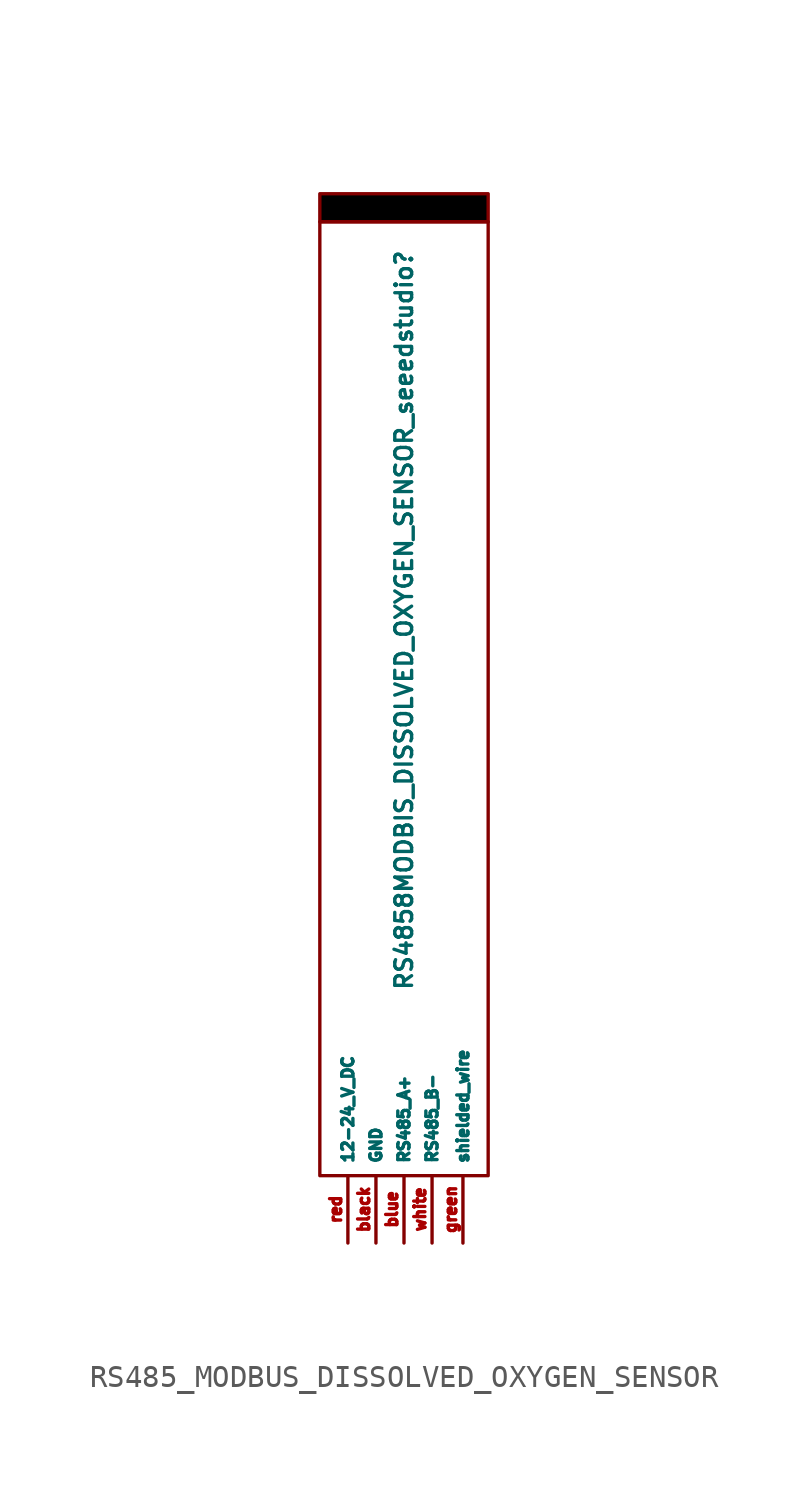
<source format=kicad_sym>
(kicad_symbol_lib
  (version 20231120)
  (generator "kicad_symbol_editor")
  (generator_version "8.0")
  (symbol "RS485_MODBUS_DISSOLVED_OXYGEN_SENSOR"
    (property "Reference" "RS4858MODBIS_DISSOLVED_OXYGEN_SENSOR_seeedstudio"
      (at 0 -0.254 90)
      (effects (font (size 0.762 0.762))))
    (property "Value" ""
      (at 0 0 0)
      (effects (font (size 1.27 1.27))))
    (symbol "RS485_MODBUS_DISSOLVED_OXYGEN_SENSOR_1_1"
      (rectangle (start -3.81 17.78) (end 3.81 -25.4) (stroke (width 0) (type default)) (fill (type none)))
      (rectangle (start -3.81 19.05) (end 3.81 17.78) (stroke (width 0) (type default)) (fill (type color) (color 0 0 0 1)))
      (pin power_in line (at -1.27 -28.448 90) (length 3.048) (name "GND" (effects (font (size 0.508 0.508)))) (number "black" (effects (font (size 0.508 0.508)))))
      (pin bidirectional line (at 0 -28.448 90) (length 3.048) (name "RS485_A+" (effects (font (size 0.508 0.508)))) (number "blue" (effects (font (size 0.508 0.508)))))
      (pin unspecified line (at 2.668 -28.451 90) (length 3.048) (name "shielded_wire" (effects (font (size 0.508 0.508)))) (number "green" (effects (font (size 0.508 0.508)))))
      (pin power_in line (at -2.54 -28.448 90) (length 3.048) (name "12-24_V_DC" (effects (font (size 0.508 0.508)))) (number "red" (effects (font (size 0.508 0.508)))))
      (pin bidirectional line (at 1.27 -28.448 90) (length 3.048) (name "RS485_B-" (effects (font (size 0.508 0.508)))) (number "white" (effects (font (size 0.508 0.508))))))))
</source>
